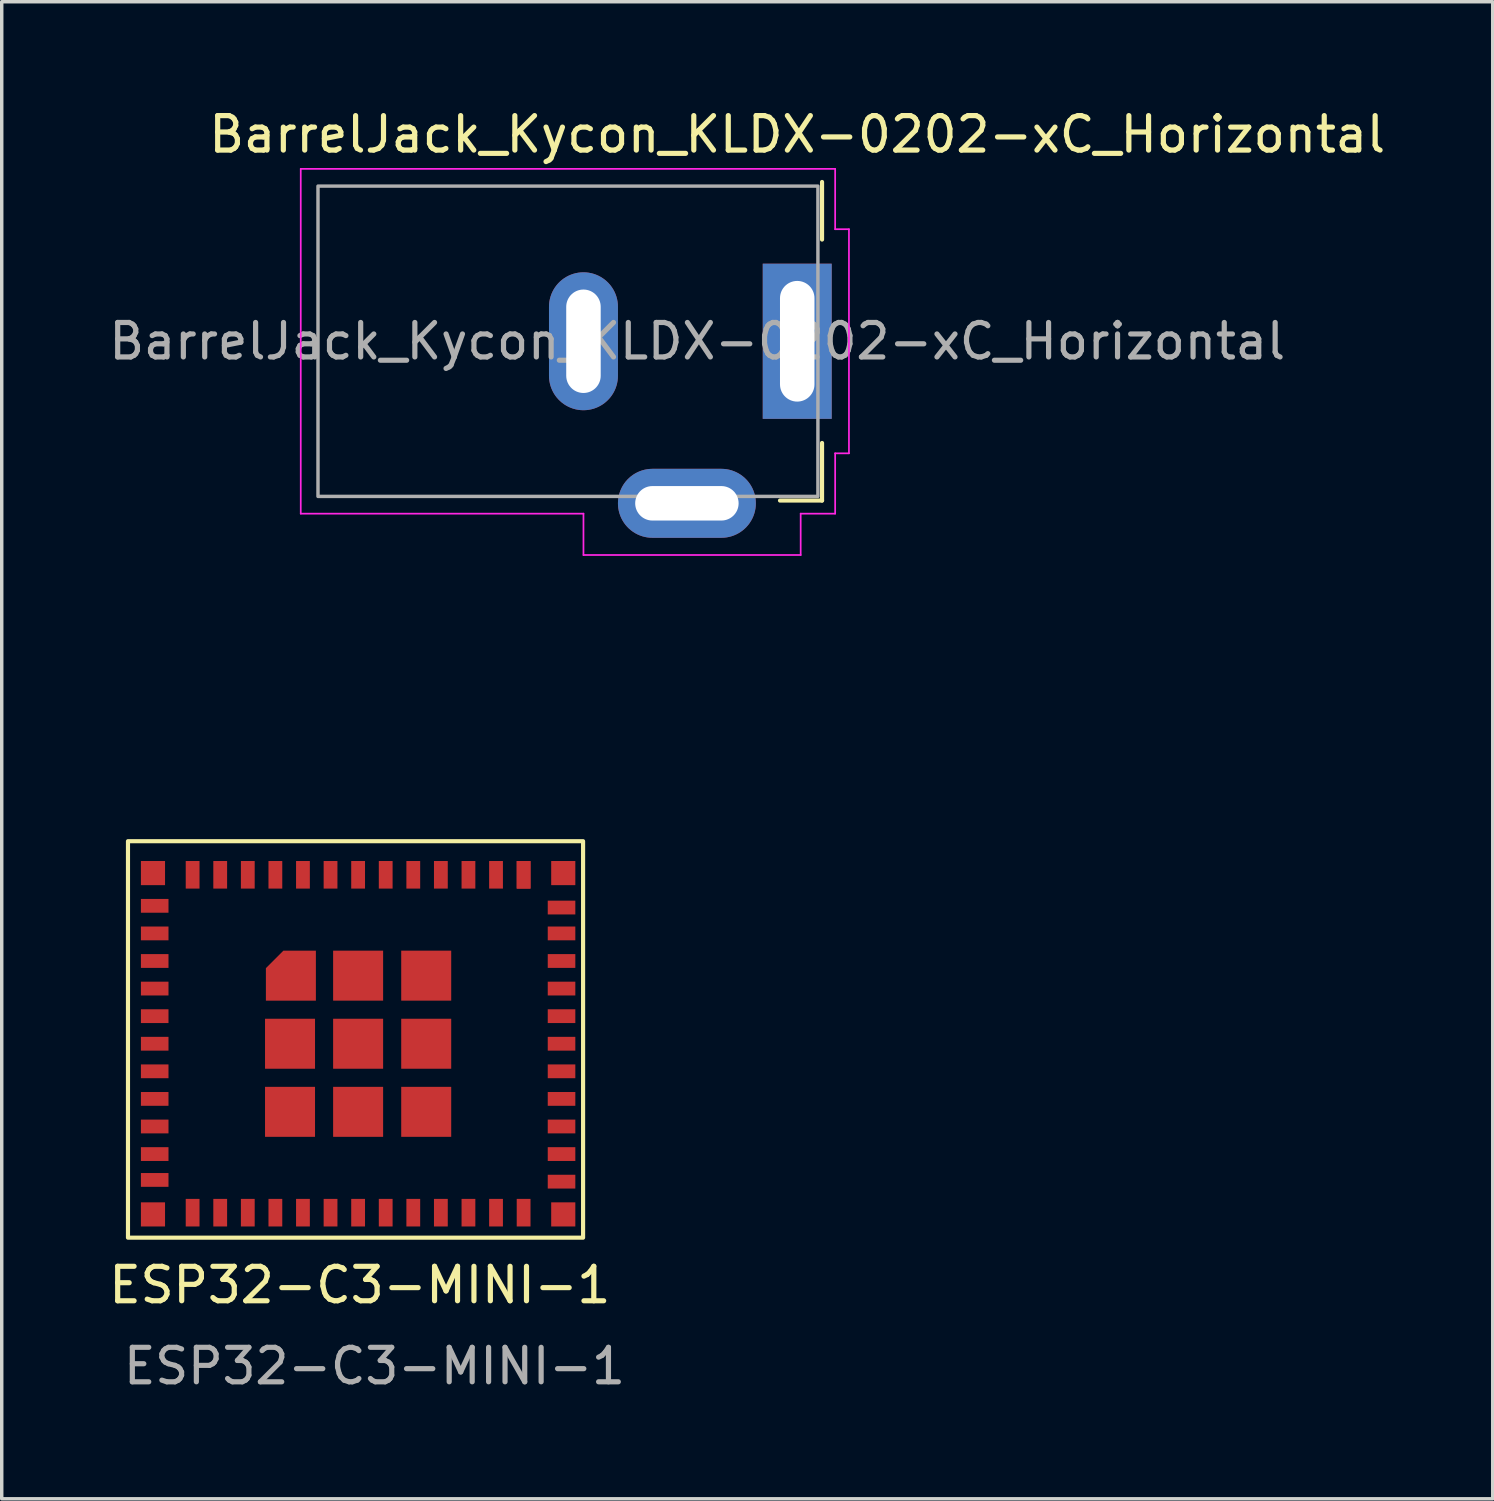
<source format=kicad_pcb>
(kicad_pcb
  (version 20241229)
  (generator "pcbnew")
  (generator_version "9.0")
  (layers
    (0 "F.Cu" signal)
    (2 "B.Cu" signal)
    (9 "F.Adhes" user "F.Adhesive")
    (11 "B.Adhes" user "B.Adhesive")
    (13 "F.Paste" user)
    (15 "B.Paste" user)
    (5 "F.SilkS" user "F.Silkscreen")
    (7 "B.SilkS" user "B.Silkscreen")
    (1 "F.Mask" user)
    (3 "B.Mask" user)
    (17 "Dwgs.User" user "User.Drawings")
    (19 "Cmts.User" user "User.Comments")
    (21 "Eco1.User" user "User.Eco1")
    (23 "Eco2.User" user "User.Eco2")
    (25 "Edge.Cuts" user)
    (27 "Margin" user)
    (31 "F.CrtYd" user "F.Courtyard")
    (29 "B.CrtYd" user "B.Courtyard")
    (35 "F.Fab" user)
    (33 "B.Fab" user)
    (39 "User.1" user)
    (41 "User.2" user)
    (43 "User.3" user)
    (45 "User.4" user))
  (footprint "ESP32-C3-MINI-1"
    (layer "F.Cu")
    (at 7.337 27.223)
    (property "Reference" "ESP32-C3-MINI-1" (at 0.05 7 0) (unlocked yes) (layer "F.SilkS") (effects (font (size 1 1) (thickness 0.15))))
    (fp_rect (start -6.675 5.625) (end 6.525 -5.875) (stroke (width 0.12) (type solid)) (fill no) (layer "F.SilkS"))
    (fp_text user "${REFERENCE}" (at 0.475 9.35 0) (unlocked yes) (layer "F.Fab") (effects (font (size 1 1) (thickness 0.15))))
    (pad "1" smd rect (at -5.9 -4 90) (size 0.4 0.8) (layers "F.Cu" "F.Mask" "F.Paste"))
    (pad "2" smd rect (at -5.9 -3.2 90) (size 0.4 0.8) (layers "F.Cu" "F.Mask" "F.Paste"))
    (pad "3" smd rect (at -5.9 -2.4 90) (size 0.4 0.8) (layers "F.Cu" "F.Mask" "F.Paste"))
    (pad "4" smd rect (at -5.9 -1.6 90) (size 0.4 0.8) (layers "F.Cu" "F.Mask" "F.Paste"))
    (pad "5" smd rect (at -5.9 -0.8 90) (size 0.4 0.8) (layers "F.Cu" "F.Mask" "F.Paste"))
    (pad "6" smd rect (at -5.9 0 90) (size 0.4 0.8) (layers "F.Cu" "F.Mask" "F.Paste"))
    (pad "7" smd rect (at -5.9 0.8 90) (size 0.4 0.8) (layers "F.Cu" "F.Mask" "F.Paste"))
    (pad "8" smd rect (at -5.9 1.6 90) (size 0.4 0.8) (layers "F.Cu" "F.Mask" "F.Paste"))
    (pad "9" smd rect (at -5.9 2.4 90) (size 0.4 0.8) (layers "F.Cu" "F.Mask" "F.Paste"))
    (pad "9" smd rect (at 0 1.975 180) (size 1.45 1.45) (layers "F.Cu" "F.Mask" "F.Paste"))
    (pad "10" smd rect (at -5.9 3.2 90) (size 0.4 0.8) (layers "F.Cu" "F.Mask" "F.Paste"))
    (pad "11" smd rect (at -5.9 3.95 90) (size 0.4 0.8) (layers "F.Cu" "F.Mask" "F.Paste"))
    (pad "12" smd rect (at -4.8 4.9 180) (size 0.4 0.8) (layers "F.Cu" "F.Mask" "F.Paste"))
    (pad "13" smd rect (at -4 4.9 180) (size 0.4 0.8) (layers "F.Cu" "F.Mask" "F.Paste"))
    (pad "14" smd rect (at -3.2 4.9 180) (size 0.4 0.8) (layers "F.Cu" "F.Mask" "F.Paste"))
    (pad "15" smd rect (at -2.4 4.9 180) (size 0.4 0.8) (layers "F.Cu" "F.Mask" "F.Paste"))
    (pad "16" smd rect (at -1.6 4.9 180) (size 0.4 0.8) (layers "F.Cu" "F.Mask" "F.Paste"))
    (pad "17" smd rect (at -0.8 4.9 180) (size 0.4 0.8) (layers "F.Cu" "F.Mask" "F.Paste"))
    (pad "18" smd rect (at 0 4.9 180) (size 0.4 0.8) (layers "F.Cu" "F.Mask" "F.Paste"))
    (pad "19" smd rect (at 0.8 4.9 180) (size 0.4 0.8) (layers "F.Cu" "F.Mask" "F.Paste"))
    (pad "20" smd rect (at 1.6 4.9 180) (size 0.4 0.8) (layers "F.Cu" "F.Mask" "F.Paste"))
    (pad "21" smd rect (at 2.4 4.9 180) (size 0.4 0.8) (layers "F.Cu" "F.Mask" "F.Paste"))
    (pad "22" smd rect (at 3.2 4.9 180) (size 0.4 0.8) (layers "F.Cu" "F.Mask" "F.Paste"))
    (pad "23" smd rect (at 4 4.9 180) (size 0.4 0.8) (layers "F.Cu" "F.Mask" "F.Paste"))
    (pad "24" smd rect (at 4.8 4.9 180) (size 0.4 0.8) (layers "F.Cu" "F.Mask" "F.Paste"))
    (pad "25" smd rect (at 5.9 4 270) (size 0.4 0.8) (layers "F.Cu" "F.Mask" "F.Paste"))
    (pad "26" smd rect (at 5.9 3.2 270) (size 0.4 0.8) (layers "F.Cu" "F.Mask" "F.Paste"))
    (pad "27" smd rect (at 5.9 2.4 270) (size 0.4 0.8) (layers "F.Cu" "F.Mask" "F.Paste"))
    (pad "28" smd rect (at 5.9 1.6 270) (size 0.4 0.8) (layers "F.Cu" "F.Mask" "F.Paste"))
    (pad "29" smd rect (at 5.9 0.8 270) (size 0.4 0.8) (layers "F.Cu" "F.Mask" "F.Paste"))
    (pad "30" smd rect (at 5.9 0 270) (size 0.4 0.8) (layers "F.Cu" "F.Mask" "F.Paste"))
    (pad "31" smd rect (at 5.9 -0.8 270) (size 0.4 0.8) (layers "F.Cu" "F.Mask" "F.Paste"))
    (pad "32" smd rect (at 5.9 -1.6 270) (size 0.4 0.8) (layers "F.Cu" "F.Mask" "F.Paste"))
    (pad "33" smd rect (at 5.9 -2.4 270) (size 0.4 0.8) (layers "F.Cu" "F.Mask" "F.Paste"))
    (pad "34" smd rect (at 5.9 -3.2 270) (size 0.4 0.8) (layers "F.Cu" "F.Mask" "F.Paste"))
    (pad "35" smd rect (at 5.9 -3.95 270) (size 0.4 0.8) (layers "F.Cu" "F.Mask" "F.Paste"))
    (pad "36" smd rect (at 4.8 -4.9) (size 0.4 0.8) (layers "F.Cu" "F.Mask" "F.Paste"))
    (pad "36" smd rect (at 4.8 -4.9) (size 0.4 0.8) (layers "F.Cu" "F.Mask" "F.Paste"))
    (pad "37" smd rect (at 4 -4.9) (size 0.4 0.8) (layers "F.Cu" "F.Mask" "F.Paste"))
    (pad "38" smd rect (at 3.2 -4.9) (size 0.4 0.8) (layers "F.Cu" "F.Mask" "F.Paste"))
    (pad "39" smd rect (at 2.4 -4.9) (size 0.4 0.8) (layers "F.Cu" "F.Mask" "F.Paste"))
    (pad "40" smd rect (at 1.6 -4.9) (size 0.4 0.8) (layers "F.Cu" "F.Mask" "F.Paste"))
    (pad "41" smd rect (at 0.8 -4.9) (size 0.4 0.8) (layers "F.Cu" "F.Mask" "F.Paste"))
    (pad "42" smd rect (at 0 -4.9) (size 0.4 0.8) (layers "F.Cu" "F.Mask" "F.Paste"))
    (pad "43" smd rect (at -0.8 -4.9) (size 0.4 0.8) (layers "F.Cu" "F.Mask" "F.Paste"))
    (pad "44" smd rect (at -1.6 -4.9) (size 0.4 0.8) (layers "F.Cu" "F.Mask" "F.Paste"))
    (pad "45" smd rect (at -2.4 -4.9) (size 0.4 0.8) (layers "F.Cu" "F.Mask" "F.Paste"))
    (pad "46" smd rect (at -3.2 -4.9) (size 0.4 0.8) (layers "F.Cu" "F.Mask" "F.Paste"))
    (pad "47" smd rect (at -4 -4.9) (size 0.4 0.8) (layers "F.Cu" "F.Mask" "F.Paste"))
    (pad "48" smd rect (at -4.8 -4.9) (size 0.4 0.8) (layers "F.Cu" "F.Mask" "F.Paste"))
    (pad "49" smd rect (at 0 0 180) (size 1.45 1.45) (layers "F.Cu" "F.Mask" "F.Paste"))
    (pad "50" smd rect (at 5.95 -4.95 180) (size 0.7 0.7) (layers "F.Cu" "F.Mask" "F.Paste"))
    (pad "51" smd rect (at 5.95 4.95) (size 0.7 0.7) (layers "F.Cu" "F.Mask" "F.Paste"))
    (pad "52" smd rect (at -5.95 4.95) (size 0.7 0.7) (layers "F.Cu" "F.Mask" "F.Paste"))
    (pad "53" smd rect (at -5.95 -4.95 180) (size 0.7 0.7) (layers "F.Cu" "F.Mask" "F.Paste"))
    (pad "54" smd roundrect (at -1.95 -1.975 180) (size 1.45 1.45) (layers "F.Cu" "F.Mask" "F.Paste") (roundrect_rratio 0) (chamfer_ratio 0.35) (chamfer bottom_right))
    (pad "55" smd rect (at 0 -1.975 180) (size 1.45 1.45) (layers "F.Cu" "F.Mask" "F.Paste"))
    (pad "56" smd rect (at 1.975 -1.975 180) (size 1.45 1.45) (layers "F.Cu" "F.Mask" "F.Paste"))
    (pad "57" smd rect (at -1.975 0 270) (size 1.45 1.45) (layers "F.Cu" "F.Mask" "F.Paste"))
    (pad "58" smd rect (at 1.975 0 180) (size 1.45 1.45) (layers "F.Cu" "F.Mask" "F.Paste"))
    (pad "59" smd rect (at -1.975 1.975 180) (size 1.45 1.45) (layers "F.Cu" "F.Mask" "F.Paste"))
    (pad "60" smd rect (at 1.975 1.975 180) (size 1.45 1.45) (layers "F.Cu" "F.Mask" "F.Paste"))
    (zone (net_name "") (layers "F.Cu" "B.Cu") (hatch edge 0.508) (connect_pads) (min_thickness 0.254) (filled_areas_thickness no) (keepout (tracks not_allowed) (vias not_allowed) (pads not_allowed) (copperpour not_allowed) (footprints allowed)) (placement (enabled no)) (fill) (polygon (pts (xy 13.912 21.298) (xy 0.612 21.298) (xy 0.612 16.073) (xy 13.912 16.073)))))
  (footprint "BarrelJack_Kycon_KLDX-0202-xC_Horizontal"
    (layer "F.Cu")
    (at 20.073 6.848)
    (property "Reference" "BarrelJack_Kycon_KLDX-0202-xC_Horizontal" (at 0 -6 0) (unlocked yes) (layer "F.SilkS") (effects (font (size 1 1) (thickness 0.15))))
    (attr through_hole)
    (fp_line (start -0.5 4.62) (end 0.72 4.62) (stroke (width 0.12) (type solid)) (layer "F.SilkS"))
    (fp_line (start 0.72 -2.95) (end 0.72 -4.62) (stroke (width 0.12) (type solid)) (layer "F.SilkS"))
    (fp_line (start 0.72 4.62) (end 0.72 2.95) (stroke (width 0.12) (type solid)) (layer "F.SilkS"))
    (fp_line (start -14.4 -5) (end 1.1 -5) (stroke (width 0.05) (type solid)) (layer "F.CrtYd"))
    (fp_line (start -14.4 5) (end -14.4 -5) (stroke (width 0.05) (type solid)) (layer "F.CrtYd"))
    (fp_line (start -6.2 5) (end -14.4 5) (stroke (width 0.05) (type solid)) (layer "F.CrtYd"))
    (fp_line (start -6.2 6.2) (end -6.2 5) (stroke (width 0.05) (type solid)) (layer "F.CrtYd"))
    (fp_line (start 0.1 5) (end 0.1 6.2) (stroke (width 0.05) (type solid)) (layer "F.CrtYd"))
    (fp_line (start 0.1 6.2) (end -6.2 6.2) (stroke (width 0.05) (type solid)) (layer "F.CrtYd"))
    (fp_line (start 1.1 -5) (end 1.1 -3.25) (stroke (width 0.05) (type solid)) (layer "F.CrtYd"))
    (fp_line (start 1.1 -3.25) (end 1.5 -3.25) (stroke (width 0.05) (type solid)) (layer "F.CrtYd"))
    (fp_line (start 1.1 3.25) (end 1.1 5) (stroke (width 0.05) (type solid)) (layer "F.CrtYd"))
    (fp_line (start 1.1 5) (end 0.1 5) (stroke (width 0.05) (type solid)) (layer "F.CrtYd"))
    (fp_line (start 1.5 -3.25) (end 1.5 3.25) (stroke (width 0.05) (type solid)) (layer "F.CrtYd"))
    (fp_line (start 1.5 3.25) (end 1.1 3.25) (stroke (width 0.05) (type solid)) (layer "F.CrtYd"))
    (fp_rect (start -13.9 -4.5) (end 0.6 4.5) (stroke (width 0.1) (type solid)) (fill no) (layer "F.Fab"))
    (fp_text user "${REFERENCE}" (at -2.9 0 0) (unlocked yes) (layer "F.Fab") (effects (font (size 1 1) (thickness 0.15))))
    (pad "1" thru_hole rect (at 0 0) (size 2 4.5) (drill oval 1 3.5) (layers "*.Cu" "*.Mask"))
    (pad "2" thru_hole oval (at -6.2 0) (size 2 4) (drill oval 1 3) (layers "*.Cu" "*.Mask"))
    (pad "3" thru_hole oval (at -3.2 4.7 90) (size 2 4) (drill oval 1 3) (layers "*.Cu" "*.Mask")))
  (gr_rect
    (start -3 -3)
    (end 40.245 40.422)
    (stroke (width 0.1) (type default))
    (fill no)
    (layer "Edge.Cuts")))
</source>
